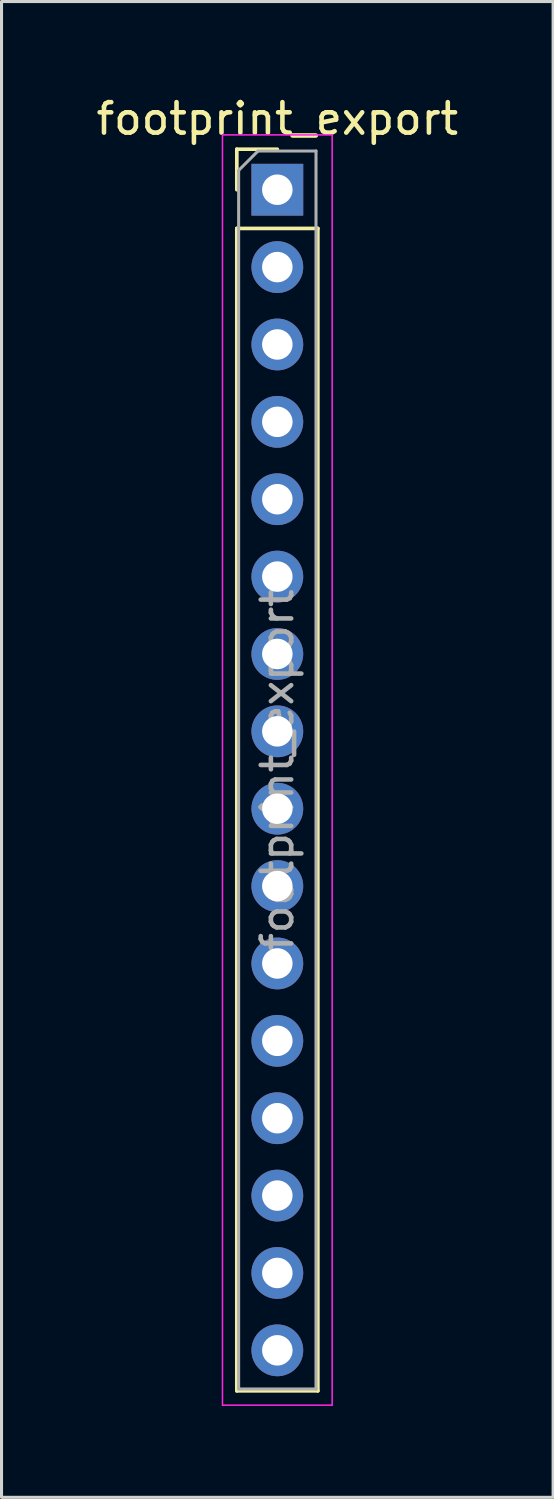
<source format=kicad_pcb>
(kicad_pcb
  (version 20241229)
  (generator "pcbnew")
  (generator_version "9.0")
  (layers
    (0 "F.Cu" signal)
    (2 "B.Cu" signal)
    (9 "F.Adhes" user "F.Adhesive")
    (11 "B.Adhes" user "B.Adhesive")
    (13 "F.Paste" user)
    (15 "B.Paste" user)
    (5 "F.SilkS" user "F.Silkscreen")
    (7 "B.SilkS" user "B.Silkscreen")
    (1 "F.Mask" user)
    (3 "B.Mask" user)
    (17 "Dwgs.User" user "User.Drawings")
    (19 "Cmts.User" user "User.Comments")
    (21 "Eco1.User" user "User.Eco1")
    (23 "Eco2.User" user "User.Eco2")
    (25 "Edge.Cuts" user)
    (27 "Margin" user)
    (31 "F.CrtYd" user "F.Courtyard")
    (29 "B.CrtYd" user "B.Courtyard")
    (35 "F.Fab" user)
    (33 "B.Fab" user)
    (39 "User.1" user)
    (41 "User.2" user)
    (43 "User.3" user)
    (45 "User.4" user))
  (footprint "footprint_export"
    (layer "F.Cu")
    (at 6.054 3.178)
    (property "Reference" "footprint_export" (at 0 -2.33 0) (layer "F.SilkS") (effects (font (size 1 1) (thickness 0.15))))
    (attr through_hole)
    (fp_line (start -1.33 -1.33) (end 0 -1.33) (stroke (width 0.12) (type solid)) (layer "F.SilkS"))
    (fp_line (start -1.33 0) (end -1.33 -1.33) (stroke (width 0.12) (type solid)) (layer "F.SilkS"))
    (fp_line (start -1.33 1.27) (end -1.33 39.43) (stroke (width 0.12) (type solid)) (layer "F.SilkS"))
    (fp_line (start -1.33 1.27) (end 1.33 1.27) (stroke (width 0.12) (type solid)) (layer "F.SilkS"))
    (fp_line (start -1.33 39.43) (end 1.33 39.43) (stroke (width 0.12) (type solid)) (layer "F.SilkS"))
    (fp_line (start 1.33 1.27) (end 1.33 39.43) (stroke (width 0.12) (type solid)) (layer "F.SilkS"))
    (fp_line (start -1.8 -1.8) (end -1.8 39.9) (stroke (width 0.05) (type solid)) (layer "F.CrtYd"))
    (fp_line (start -1.8 39.9) (end 1.8 39.9) (stroke (width 0.05) (type solid)) (layer "F.CrtYd"))
    (fp_line (start 1.8 -1.8) (end -1.8 -1.8) (stroke (width 0.05) (type solid)) (layer "F.CrtYd"))
    (fp_line (start 1.8 39.9) (end 1.8 -1.8) (stroke (width 0.05) (type solid)) (layer "F.CrtYd"))
    (fp_line (start -1.27 -0.635) (end -0.635 -1.27) (stroke (width 0.1) (type solid)) (layer "F.Fab"))
    (fp_line (start -1.27 39.37) (end -1.27 -0.635) (stroke (width 0.1) (type solid)) (layer "F.Fab"))
    (fp_line (start -0.635 -1.27) (end 1.27 -1.27) (stroke (width 0.1) (type solid)) (layer "F.Fab"))
    (fp_line (start 1.27 -1.27) (end 1.27 39.37) (stroke (width 0.1) (type solid)) (layer "F.Fab"))
    (fp_line (start 1.27 39.37) (end -1.27 39.37) (stroke (width 0.1) (type solid)) (layer "F.Fab"))
    (fp_text user "${REFERENCE}" (at 0 19.05 90) (layer "F.Fab") (effects (font (size 1 1) (thickness 0.15))))
    (pad "1" thru_hole rect (at 0 0) (size 1.7 1.7) (drill 1) (layers "*.Cu" "*.Mask"))
    (pad "2" thru_hole oval (at 0 2.54) (size 1.7 1.7) (drill 1) (layers "*.Cu" "*.Mask"))
    (pad "3" thru_hole oval (at 0 5.08) (size 1.7 1.7) (drill 1) (layers "*.Cu" "*.Mask"))
    (pad "4" thru_hole oval (at 0 7.62) (size 1.7 1.7) (drill 1) (layers "*.Cu" "*.Mask"))
    (pad "5" thru_hole oval (at 0 10.16) (size 1.7 1.7) (drill 1) (layers "*.Cu" "*.Mask"))
    (pad "6" thru_hole oval (at 0 12.7) (size 1.7 1.7) (drill 1) (layers "*.Cu" "*.Mask"))
    (pad "7" thru_hole oval (at 0 15.24) (size 1.7 1.7) (drill 1) (layers "*.Cu" "*.Mask"))
    (pad "8" thru_hole oval (at 0 17.78) (size 1.7 1.7) (drill 1) (layers "*.Cu" "*.Mask"))
    (pad "9" thru_hole oval (at 0 20.32) (size 1.7 1.7) (drill 1) (layers "*.Cu" "*.Mask"))
    (pad "10" thru_hole oval (at 0 22.86) (size 1.7 1.7) (drill 1) (layers "*.Cu" "*.Mask"))
    (pad "11" thru_hole oval (at 0 25.4) (size 1.7 1.7) (drill 1) (layers "*.Cu" "*.Mask"))
    (pad "12" thru_hole oval (at 0 27.94) (size 1.7 1.7) (drill 1) (layers "*.Cu" "*.Mask"))
    (pad "13" thru_hole oval (at 0 30.48) (size 1.7 1.7) (drill 1) (layers "*.Cu" "*.Mask"))
    (pad "14" thru_hole oval (at 0 33.02) (size 1.7 1.7) (drill 1) (layers "*.Cu" "*.Mask"))
    (pad "15" thru_hole oval (at 0 35.56) (size 1.7 1.7) (drill 1) (layers "*.Cu" "*.Mask"))
    (pad "16" thru_hole oval (at 0 38.1) (size 1.7 1.7) (drill 1) (layers "*.Cu" "*.Mask")))
  (gr_rect
    (start -3 -3)
    (end 15.107 46.103)
    (stroke (width 0.1) (type default))
    (fill no)
    (layer "Edge.Cuts")))
</source>
